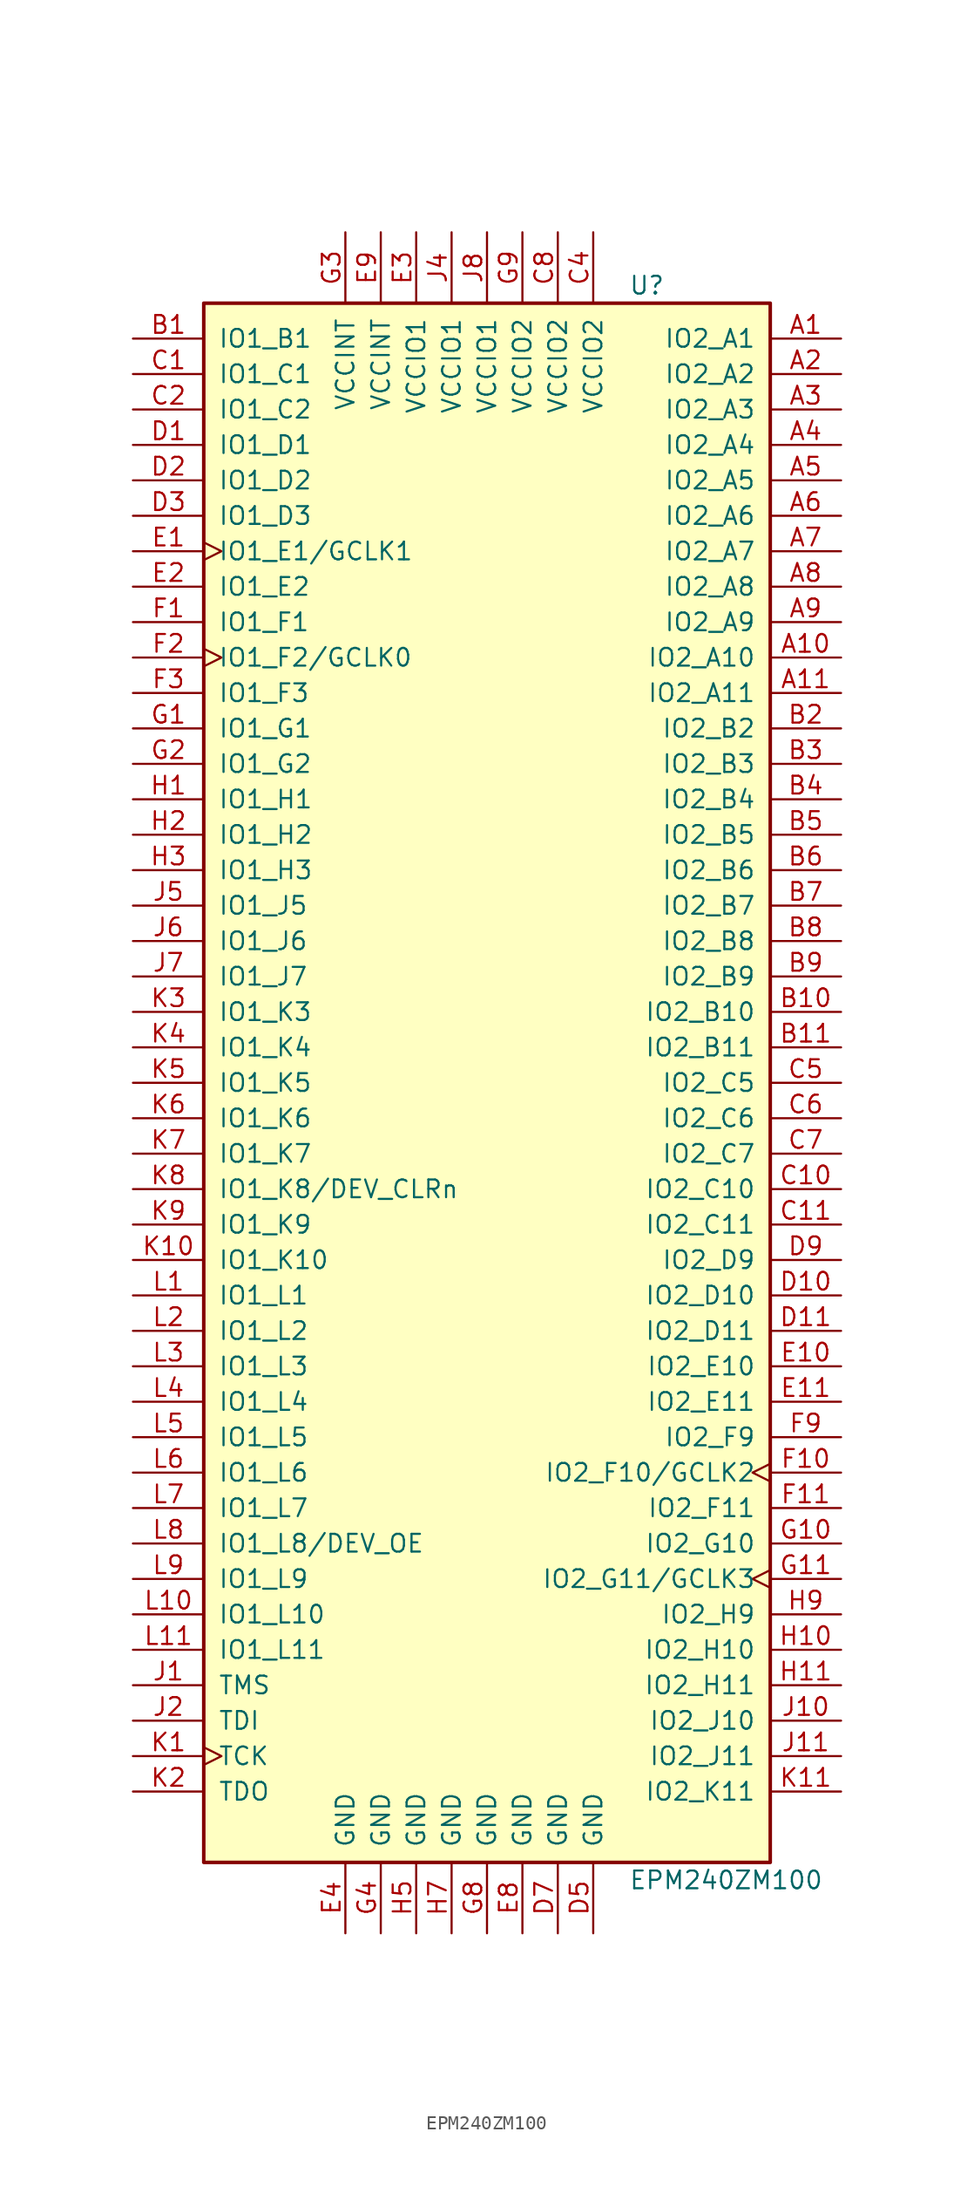
<source format=kicad_sym>
(kicad_symbol_lib
  (version 20201005)
  (generator kicad_symbol_editor)
  (symbol "CPLD_Altera:EPM240ZM100"
    (pin_names
      (offset 1.016))
    (property "Reference" "U"
      (at 10.16 57.15 0)
      (effects (font (size 1.27 1.27)) (justify left)))
    (property "Value" "EPM240ZM100"
      (at 10.16 -57.15 0)
      (effects (font (size 1.27 1.27)) (justify left)))
    (property "ki_locked" ""
      (at 0 0 0)
      (effects (font (size 1.27 1.27))))
    (symbol "EPM240ZM100_1_1"
      (rectangle (start -20.32 55.88) (end 20.32 -55.88) (stroke (width 0.254)) (fill (type background)))
      (pin bidirectional line (at 25.4 53.34 180) (length 5.08) (name "IO2_A1" (effects (font (size 1.27 1.27)))) (number "A1" (effects (font (size 1.27 1.27)))))
      (pin bidirectional line (at 25.4 50.8 180) (length 5.08) (name "IO2_A2" (effects (font (size 1.27 1.27)))) (number "A2" (effects (font (size 1.27 1.27)))))
      (pin bidirectional line (at 25.4 48.26 180) (length 5.08) (name "IO2_A3" (effects (font (size 1.27 1.27)))) (number "A3" (effects (font (size 1.27 1.27)))))
      (pin bidirectional line (at 25.4 45.72 180) (length 5.08) (name "IO2_A4" (effects (font (size 1.27 1.27)))) (number "A4" (effects (font (size 1.27 1.27)))))
      (pin bidirectional line (at 25.4 43.18 180) (length 5.08) (name "IO2_A5" (effects (font (size 1.27 1.27)))) (number "A5" (effects (font (size 1.27 1.27)))))
      (pin bidirectional line (at 25.4 40.64 180) (length 5.08) (name "IO2_A6" (effects (font (size 1.27 1.27)))) (number "A6" (effects (font (size 1.27 1.27)))))
      (pin bidirectional line (at 25.4 38.1 180) (length 5.08) (name "IO2_A7" (effects (font (size 1.27 1.27)))) (number "A7" (effects (font (size 1.27 1.27)))))
      (pin bidirectional line (at 25.4 35.56 180) (length 5.08) (name "IO2_A8" (effects (font (size 1.27 1.27)))) (number "A8" (effects (font (size 1.27 1.27)))))
      (pin bidirectional line (at 25.4 33.02 180) (length 5.08) (name "IO2_A9" (effects (font (size 1.27 1.27)))) (number "A9" (effects (font (size 1.27 1.27)))))
      (pin bidirectional line (at 25.4 30.48 180) (length 5.08) (name "IO2_A10" (effects (font (size 1.27 1.27)))) (number "A10" (effects (font (size 1.27 1.27)))))
      (pin bidirectional line (at 25.4 27.94 180) (length 5.08) (name "IO2_A11" (effects (font (size 1.27 1.27)))) (number "A11" (effects (font (size 1.27 1.27)))))
      (pin bidirectional line (at -25.4 53.34 0) (length 5.08) (name "IO1_B1" (effects (font (size 1.27 1.27)))) (number "B1" (effects (font (size 1.27 1.27)))))
      (pin bidirectional line (at 25.4 25.4 180) (length 5.08) (name "IO2_B2" (effects (font (size 1.27 1.27)))) (number "B2" (effects (font (size 1.27 1.27)))))
      (pin bidirectional line (at 25.4 22.86 180) (length 5.08) (name "IO2_B3" (effects (font (size 1.27 1.27)))) (number "B3" (effects (font (size 1.27 1.27)))))
      (pin bidirectional line (at 25.4 20.32 180) (length 5.08) (name "IO2_B4" (effects (font (size 1.27 1.27)))) (number "B4" (effects (font (size 1.27 1.27)))))
      (pin bidirectional line (at 25.4 17.78 180) (length 5.08) (name "IO2_B5" (effects (font (size 1.27 1.27)))) (number "B5" (effects (font (size 1.27 1.27)))))
      (pin bidirectional line (at 25.4 15.24 180) (length 5.08) (name "IO2_B6" (effects (font (size 1.27 1.27)))) (number "B6" (effects (font (size 1.27 1.27)))))
      (pin bidirectional line (at 25.4 12.7 180) (length 5.08) (name "IO2_B7" (effects (font (size 1.27 1.27)))) (number "B7" (effects (font (size 1.27 1.27)))))
      (pin bidirectional line (at 25.4 10.16 180) (length 5.08) (name "IO2_B8" (effects (font (size 1.27 1.27)))) (number "B8" (effects (font (size 1.27 1.27)))))
      (pin bidirectional line (at 25.4 7.62 180) (length 5.08) (name "IO2_B9" (effects (font (size 1.27 1.27)))) (number "B9" (effects (font (size 1.27 1.27)))))
      (pin bidirectional line (at 25.4 5.08 180) (length 5.08) (name "IO2_B10" (effects (font (size 1.27 1.27)))) (number "B10" (effects (font (size 1.27 1.27)))))
      (pin bidirectional line (at 25.4 2.54 180) (length 5.08) (name "IO2_B11" (effects (font (size 1.27 1.27)))) (number "B11" (effects (font (size 1.27 1.27)))))
      (pin bidirectional line (at -25.4 50.8 0) (length 5.08) (name "IO1_C1" (effects (font (size 1.27 1.27)))) (number "C1" (effects (font (size 1.27 1.27)))))
      (pin bidirectional line (at -25.4 48.26 0) (length 5.08) (name "IO1_C2" (effects (font (size 1.27 1.27)))) (number "C2" (effects (font (size 1.27 1.27)))))
      (pin bidirectional line (at 25.4 0 180) (length 5.08) (name "IO2_C5" (effects (font (size 1.27 1.27)))) (number "C5" (effects (font (size 1.27 1.27)))))
      (pin bidirectional line (at 25.4 -2.54 180) (length 5.08) (name "IO2_C6" (effects (font (size 1.27 1.27)))) (number "C6" (effects (font (size 1.27 1.27)))))
      (pin bidirectional line (at 25.4 -5.08 180) (length 5.08) (name "IO2_C7" (effects (font (size 1.27 1.27)))) (number "C7" (effects (font (size 1.27 1.27)))))
      (pin bidirectional line (at 25.4 -7.62 180) (length 5.08) (name "IO2_C10" (effects (font (size 1.27 1.27)))) (number "C10" (effects (font (size 1.27 1.27)))))
      (pin bidirectional line (at 25.4 -10.16 180) (length 5.08) (name "IO2_C11" (effects (font (size 1.27 1.27)))) (number "C11" (effects (font (size 1.27 1.27)))))
      (pin bidirectional line (at -25.4 45.72 0) (length 5.08) (name "IO1_D1" (effects (font (size 1.27 1.27)))) (number "D1" (effects (font (size 1.27 1.27)))))
      (pin bidirectional line (at -25.4 43.18 0) (length 5.08) (name "IO1_D2" (effects (font (size 1.27 1.27)))) (number "D2" (effects (font (size 1.27 1.27)))))
      (pin bidirectional line (at -25.4 40.64 0) (length 5.08) (name "IO1_D3" (effects (font (size 1.27 1.27)))) (number "D3" (effects (font (size 1.27 1.27)))))
      (pin bidirectional line (at 25.4 -12.7 180) (length 5.08) (name "IO2_D9" (effects (font (size 1.27 1.27)))) (number "D9" (effects (font (size 1.27 1.27)))))
      (pin bidirectional line (at 25.4 -15.24 180) (length 5.08) (name "IO2_D10" (effects (font (size 1.27 1.27)))) (number "D10" (effects (font (size 1.27 1.27)))))
      (pin bidirectional line (at 25.4 -17.78 180) (length 5.08) (name "IO2_D11" (effects (font (size 1.27 1.27)))) (number "D11" (effects (font (size 1.27 1.27)))))
      (pin bidirectional clock (at -25.4 38.1 0) (length 5.08) (name "IO1_E1/GCLK1" (effects (font (size 1.27 1.27)))) (number "E1" (effects (font (size 1.27 1.27)))))
      (pin bidirectional line (at -25.4 35.56 0) (length 5.08) (name "IO1_E2" (effects (font (size 1.27 1.27)))) (number "E2" (effects (font (size 1.27 1.27)))))
      (pin bidirectional line (at 25.4 -20.32 180) (length 5.08) (name "IO2_E10" (effects (font (size 1.27 1.27)))) (number "E10" (effects (font (size 1.27 1.27)))))
      (pin bidirectional line (at 25.4 -22.86 180) (length 5.08) (name "IO2_E11" (effects (font (size 1.27 1.27)))) (number "E11" (effects (font (size 1.27 1.27)))))
      (pin bidirectional line (at -25.4 33.02 0) (length 5.08) (name "IO1_F1" (effects (font (size 1.27 1.27)))) (number "F1" (effects (font (size 1.27 1.27)))))
      (pin bidirectional clock (at -25.4 30.48 0) (length 5.08) (name "IO1_F2/GCLK0" (effects (font (size 1.27 1.27)))) (number "F2" (effects (font (size 1.27 1.27)))))
      (pin bidirectional line (at -25.4 27.94 0) (length 5.08) (name "IO1_F3" (effects (font (size 1.27 1.27)))) (number "F3" (effects (font (size 1.27 1.27)))))
      (pin bidirectional line (at 25.4 -25.4 180) (length 5.08) (name "IO2_F9" (effects (font (size 1.27 1.27)))) (number "F9" (effects (font (size 1.27 1.27)))))
      (pin bidirectional clock (at 25.4 -27.94 180) (length 5.08) (name "IO2_F10/GCLK2" (effects (font (size 1.27 1.27)))) (number "F10" (effects (font (size 1.27 1.27)))))
      (pin bidirectional line (at 25.4 -30.48 180) (length 5.08) (name "IO2_F11" (effects (font (size 1.27 1.27)))) (number "F11" (effects (font (size 1.27 1.27)))))
      (pin bidirectional line (at -25.4 25.4 0) (length 5.08) (name "IO1_G1" (effects (font (size 1.27 1.27)))) (number "G1" (effects (font (size 1.27 1.27)))))
      (pin bidirectional line (at -25.4 22.86 0) (length 5.08) (name "IO1_G2" (effects (font (size 1.27 1.27)))) (number "G2" (effects (font (size 1.27 1.27)))))
      (pin bidirectional line (at 25.4 -33.02 180) (length 5.08) (name "IO2_G10" (effects (font (size 1.27 1.27)))) (number "G10" (effects (font (size 1.27 1.27)))))
      (pin bidirectional clock (at 25.4 -35.56 180) (length 5.08) (name "IO2_G11/GCLK3" (effects (font (size 1.27 1.27)))) (number "G11" (effects (font (size 1.27 1.27)))))
      (pin bidirectional line (at -25.4 20.32 0) (length 5.08) (name "IO1_H1" (effects (font (size 1.27 1.27)))) (number "H1" (effects (font (size 1.27 1.27)))))
      (pin bidirectional line (at -25.4 17.78 0) (length 5.08) (name "IO1_H2" (effects (font (size 1.27 1.27)))) (number "H2" (effects (font (size 1.27 1.27)))))
      (pin bidirectional line (at -25.4 15.24 0) (length 5.08) (name "IO1_H3" (effects (font (size 1.27 1.27)))) (number "H3" (effects (font (size 1.27 1.27)))))
      (pin bidirectional line (at 25.4 -38.1 180) (length 5.08) (name "IO2_H9" (effects (font (size 1.27 1.27)))) (number "H9" (effects (font (size 1.27 1.27)))))
      (pin bidirectional line (at 25.4 -40.64 180) (length 5.08) (name "IO2_H10" (effects (font (size 1.27 1.27)))) (number "H10" (effects (font (size 1.27 1.27)))))
      (pin bidirectional line (at 25.4 -43.18 180) (length 5.08) (name "IO2_H11" (effects (font (size 1.27 1.27)))) (number "H11" (effects (font (size 1.27 1.27)))))
      (pin bidirectional line (at -25.4 12.7 0) (length 5.08) (name "IO1_J5" (effects (font (size 1.27 1.27)))) (number "J5" (effects (font (size 1.27 1.27)))))
      (pin bidirectional line (at -25.4 10.16 0) (length 5.08) (name "IO1_J6" (effects (font (size 1.27 1.27)))) (number "J6" (effects (font (size 1.27 1.27)))))
      (pin bidirectional line (at -25.4 7.62 0) (length 5.08) (name "IO1_J7" (effects (font (size 1.27 1.27)))) (number "J7" (effects (font (size 1.27 1.27)))))
      (pin bidirectional line (at 25.4 -45.72 180) (length 5.08) (name "IO2_J10" (effects (font (size 1.27 1.27)))) (number "J10" (effects (font (size 1.27 1.27)))))
      (pin bidirectional line (at 25.4 -48.26 180) (length 5.08) (name "IO2_J11" (effects (font (size 1.27 1.27)))) (number "J11" (effects (font (size 1.27 1.27)))))
      (pin bidirectional line (at -25.4 5.08 0) (length 5.08) (name "IO1_K3" (effects (font (size 1.27 1.27)))) (number "K3" (effects (font (size 1.27 1.27)))))
      (pin bidirectional line (at -25.4 2.54 0) (length 5.08) (name "IO1_K4" (effects (font (size 1.27 1.27)))) (number "K4" (effects (font (size 1.27 1.27)))))
      (pin bidirectional line (at -25.4 0 0) (length 5.08) (name "IO1_K5" (effects (font (size 1.27 1.27)))) (number "K5" (effects (font (size 1.27 1.27)))))
      (pin bidirectional line (at -25.4 -2.54 0) (length 5.08) (name "IO1_K6" (effects (font (size 1.27 1.27)))) (number "K6" (effects (font (size 1.27 1.27)))))
      (pin bidirectional line (at -25.4 -5.08 0) (length 5.08) (name "IO1_K7" (effects (font (size 1.27 1.27)))) (number "K7" (effects (font (size 1.27 1.27)))))
      (pin bidirectional line (at -25.4 -7.62 0) (length 5.08) (name "IO1_K8/DEV_CLRn" (effects (font (size 1.27 1.27)))) (number "K8" (effects (font (size 1.27 1.27)))))
      (pin bidirectional line (at -25.4 -10.16 0) (length 5.08) (name "IO1_K9" (effects (font (size 1.27 1.27)))) (number "K9" (effects (font (size 1.27 1.27)))))
      (pin bidirectional line (at -25.4 -12.7 0) (length 5.08) (name "IO1_K10" (effects (font (size 1.27 1.27)))) (number "K10" (effects (font (size 1.27 1.27)))))
      (pin bidirectional line (at 25.4 -50.8 180) (length 5.08) (name "IO2_K11" (effects (font (size 1.27 1.27)))) (number "K11" (effects (font (size 1.27 1.27)))))
      (pin bidirectional line (at -25.4 -15.24 0) (length 5.08) (name "IO1_L1" (effects (font (size 1.27 1.27)))) (number "L1" (effects (font (size 1.27 1.27)))))
      (pin bidirectional line (at -25.4 -17.78 0) (length 5.08) (name "IO1_L2" (effects (font (size 1.27 1.27)))) (number "L2" (effects (font (size 1.27 1.27)))))
      (pin bidirectional line (at -25.4 -20.32 0) (length 5.08) (name "IO1_L3" (effects (font (size 1.27 1.27)))) (number "L3" (effects (font (size 1.27 1.27)))))
      (pin bidirectional line (at -25.4 -22.86 0) (length 5.08) (name "IO1_L4" (effects (font (size 1.27 1.27)))) (number "L4" (effects (font (size 1.27 1.27)))))
      (pin bidirectional line (at -25.4 -25.4 0) (length 5.08) (name "IO1_L5" (effects (font (size 1.27 1.27)))) (number "L5" (effects (font (size 1.27 1.27)))))
      (pin bidirectional line (at -25.4 -27.94 0) (length 5.08) (name "IO1_L6" (effects (font (size 1.27 1.27)))) (number "L6" (effects (font (size 1.27 1.27)))))
      (pin bidirectional line (at -25.4 -30.48 0) (length 5.08) (name "IO1_L7" (effects (font (size 1.27 1.27)))) (number "L7" (effects (font (size 1.27 1.27)))))
      (pin bidirectional line (at -25.4 -33.02 0) (length 5.08) (name "IO1_L8/DEV_OE" (effects (font (size 1.27 1.27)))) (number "L8" (effects (font (size 1.27 1.27)))))
      (pin bidirectional line (at -25.4 -35.56 0) (length 5.08) (name "IO1_L9" (effects (font (size 1.27 1.27)))) (number "L9" (effects (font (size 1.27 1.27)))))
      (pin bidirectional line (at -25.4 -38.1 0) (length 5.08) (name "IO1_L10" (effects (font (size 1.27 1.27)))) (number "L10" (effects (font (size 1.27 1.27)))))
      (pin bidirectional line (at -25.4 -40.64 0) (length 5.08) (name "IO1_L11" (effects (font (size 1.27 1.27)))) (number "L11" (effects (font (size 1.27 1.27)))))
      (pin input line (at -25.4 -43.18 0) (length 5.08) (name "TMS" (effects (font (size 1.27 1.27)))) (number "J1" (effects (font (size 1.27 1.27)))))
      (pin input line (at -25.4 -45.72 0) (length 5.08) (name "TDI" (effects (font (size 1.27 1.27)))) (number "J2" (effects (font (size 1.27 1.27)))))
      (pin input clock (at -25.4 -48.26 0) (length 5.08) (name "TCK" (effects (font (size 1.27 1.27)))) (number "K1" (effects (font (size 1.27 1.27)))))
      (pin output line (at -25.4 -50.8 0) (length 5.08) (name "TDO" (effects (font (size 1.27 1.27)))) (number "K2" (effects (font (size 1.27 1.27)))))
      (pin power_in line (at -10.16 -60.96 90) (length 5.08) (name "GND" (effects (font (size 1.27 1.27)))) (number "E4" (effects (font (size 1.27 1.27)))))
      (pin power_in line (at -7.62 -60.96 90) (length 5.08) (name "GND" (effects (font (size 1.27 1.27)))) (number "G4" (effects (font (size 1.27 1.27)))))
      (pin power_in line (at -5.08 -60.96 90) (length 5.08) (name "GND" (effects (font (size 1.27 1.27)))) (number "H5" (effects (font (size 1.27 1.27)))))
      (pin power_in line (at -2.54 -60.96 90) (length 5.08) (name "GND" (effects (font (size 1.27 1.27)))) (number "H7" (effects (font (size 1.27 1.27)))))
      (pin power_in line (at 0 -60.96 90) (length 5.08) (name "GND" (effects (font (size 1.27 1.27)))) (number "G8" (effects (font (size 1.27 1.27)))))
      (pin power_in line (at 2.54 -60.96 90) (length 5.08) (name "GND" (effects (font (size 1.27 1.27)))) (number "E8" (effects (font (size 1.27 1.27)))))
      (pin power_in line (at 5.08 -60.96 90) (length 5.08) (name "GND" (effects (font (size 1.27 1.27)))) (number "D7" (effects (font (size 1.27 1.27)))))
      (pin power_in line (at 7.62 -60.96 90) (length 5.08) (name "GND" (effects (font (size 1.27 1.27)))) (number "D5" (effects (font (size 1.27 1.27)))))
      (pin power_in line (at -10.16 60.96 270) (length 5.08) (name "VCCINT" (effects (font (size 1.27 1.27)))) (number "G3" (effects (font (size 1.27 1.27)))))
      (pin power_in line (at -7.62 60.96 270) (length 5.08) (name "VCCINT" (effects (font (size 1.27 1.27)))) (number "E9" (effects (font (size 1.27 1.27)))))
      (pin power_in line (at -5.08 60.96 270) (length 5.08) (name "VCCIO1" (effects (font (size 1.27 1.27)))) (number "E3" (effects (font (size 1.27 1.27)))))
      (pin power_in line (at -2.54 60.96 270) (length 5.08) (name "VCCIO1" (effects (font (size 1.27 1.27)))) (number "J4" (effects (font (size 1.27 1.27)))))
      (pin power_in line (at 0 60.96 270) (length 5.08) (name "VCCIO1" (effects (font (size 1.27 1.27)))) (number "J8" (effects (font (size 1.27 1.27)))))
      (pin power_in line (at 2.54 60.96 270) (length 5.08) (name "VCCIO2" (effects (font (size 1.27 1.27)))) (number "G9" (effects (font (size 1.27 1.27)))))
      (pin power_in line (at 5.08 60.96 270) (length 5.08) (name "VCCIO2" (effects (font (size 1.27 1.27)))) (number "C8" (effects (font (size 1.27 1.27)))))
      (pin power_in line (at 7.62 60.96 270) (length 5.08) (name "VCCIO2" (effects (font (size 1.27 1.27)))) (number "C4" (effects (font (size 1.27 1.27))))))))
</source>
